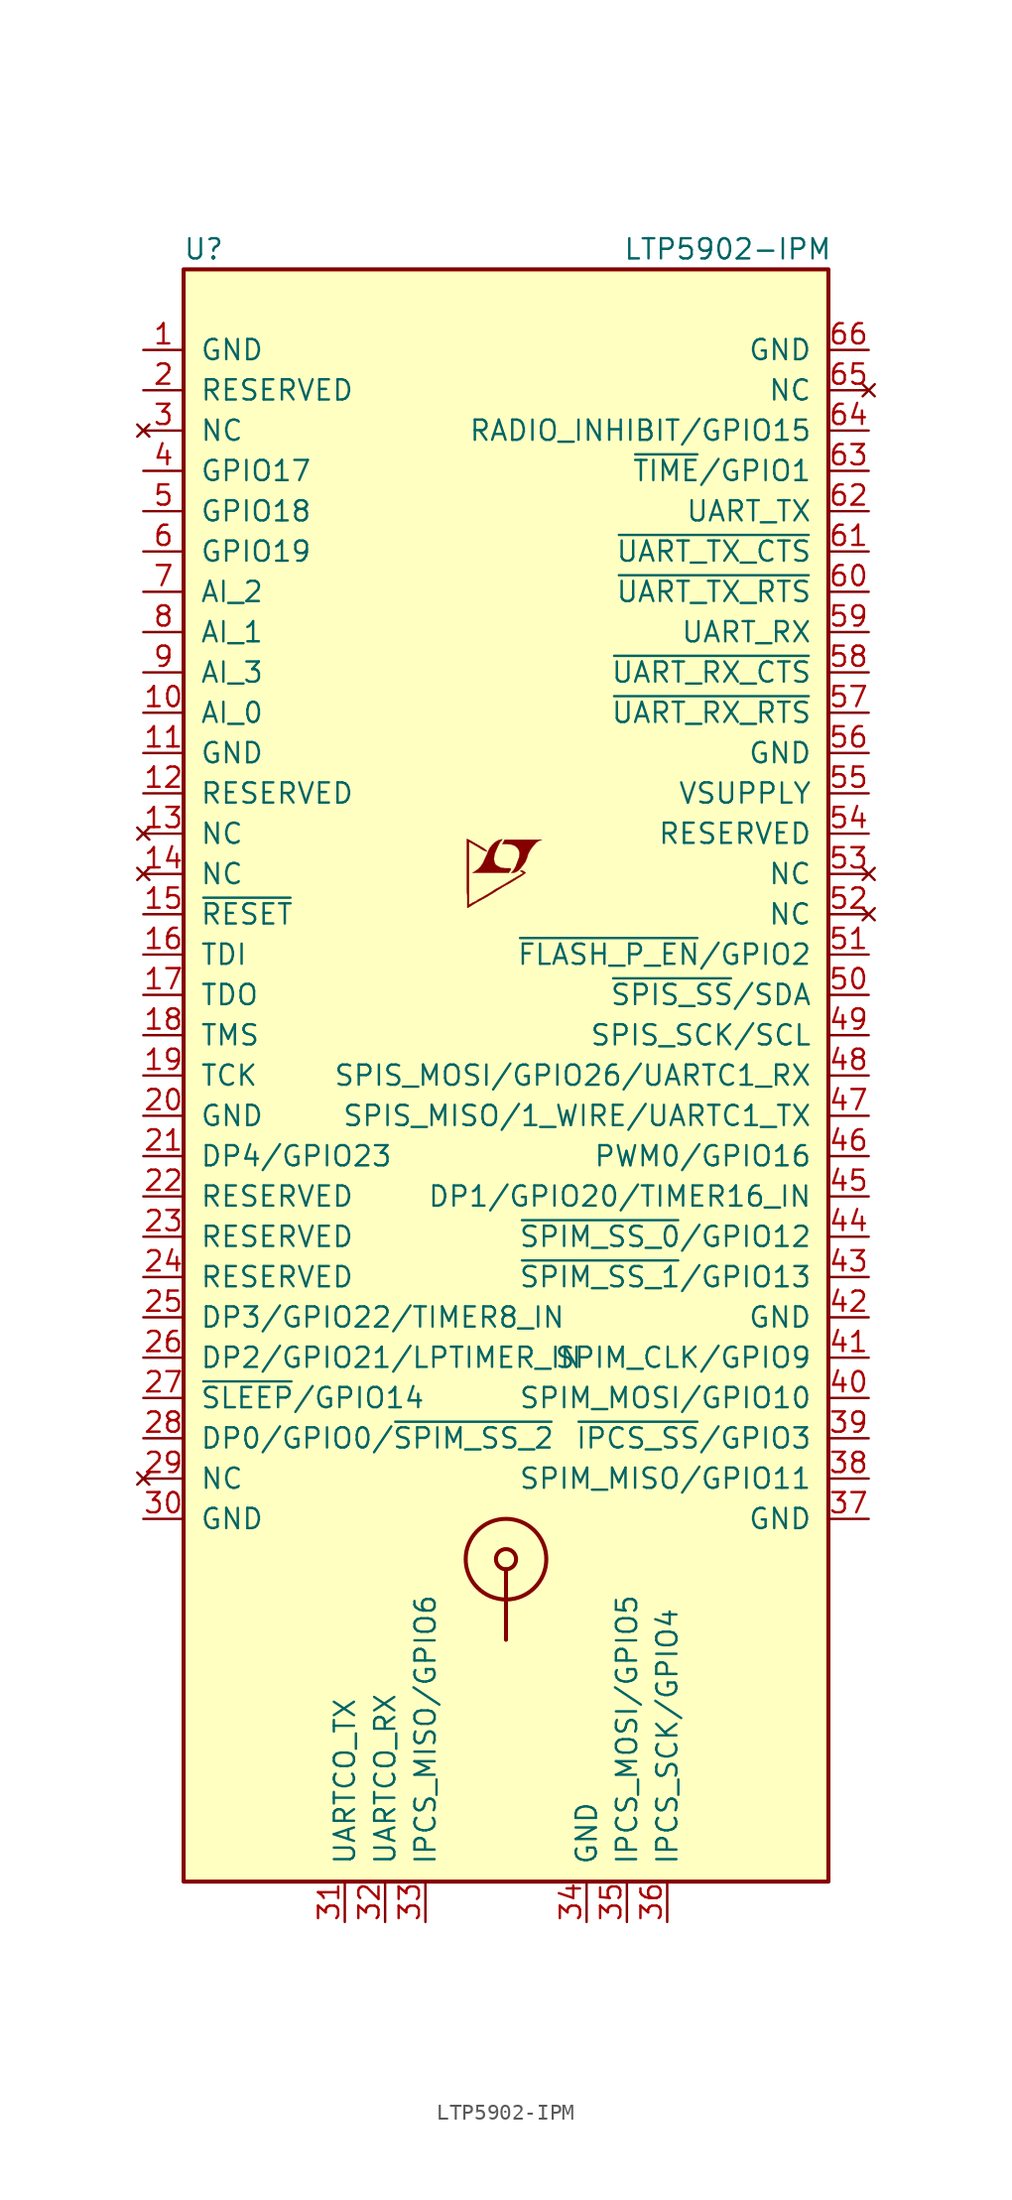
<source format=kicad_sym>
(kicad_symbol_lib
  (version 20201005)
  (generator kicad_symbol_editor)
  (symbol "LTP5902-IPM"
    (pin_names
      (offset 1.016))
    (property "Reference" "U"
      (at -19.05 52.07 0)
      (effects (font (size 1.27 1.27))))
    (property "Value" "LTP5902-IPM"
      (at 13.97 52.07 0)
      (effects (font (size 1.27 1.27))))
    (symbol "LTP5902-IPM_0_0"
      (polyline (pts (xy 0.584 12.802) (xy 0.762 12.903) (xy 0.914 13.056) (xy 1.219 13.462) (xy 1.321 13.716) (xy 1.397 13.97) (xy 1.549 14.249) (xy 1.727 14.478) (xy 1.905 14.681) (xy 2.108 14.808) (xy 2.261 14.859) (xy -0.076 14.859) (xy -0.152 14.732) (xy -0.152 14.707) (xy -0.203 14.63) (xy -0.229 14.605) (xy -0.178 14.58) (xy 0.102 14.58) (xy 0.356 14.554) (xy 0.559 14.478) (xy 0.711 14.351) (xy 0.813 14.199) (xy 0.864 14.021) (xy 0.838 13.792) (xy 0.838 13.767) (xy 0.61 13.157) (xy 0.508 12.979) (xy 0.406 12.852) (xy 0.33 12.776) (xy 0.432 12.776) (xy 0.584 12.802)) (stroke (width 0.025)) (fill (type outline)))
      (polyline (pts (xy 0.229 12.878) (xy 0.254 12.903) (xy 0.305 12.979) (xy 0.305 13.03) (xy 0.254 13.056) (xy -0.051 13.056) (xy -0.305 13.081) (xy -0.508 13.183) (xy -0.66 13.284) (xy -0.737 13.462) (xy -0.762 13.64) (xy -0.737 13.868) (xy -0.737 13.894) (xy -0.686 14.046) (xy -0.533 14.402) (xy -0.381 14.707) (xy -0.305 14.783) (xy -0.229 14.884) (xy -0.356 14.859) (xy -0.508 14.808) (xy -0.711 14.681) (xy -0.889 14.503) (xy -1.041 14.3) (xy -1.168 14.021) (xy -1.168 13.995) (xy -1.321 13.665) (xy -1.448 13.386) (xy -1.6 13.157) (xy -1.753 13.005) (xy -1.93 12.878) (xy -2.108 12.776) (xy 0.178 12.776) (xy 0.229 12.878)) (stroke (width 0.025)) (fill (type outline)))
      (polyline (pts (xy -2.362 10.592) (xy -2.286 10.643) (xy -2.159 10.719) (xy -2.083 10.77) (xy -1.829 10.922) (xy -1.27 11.227) (xy -0.762 11.532) (xy -0.533 11.684) (xy -0.356 11.786) (xy -0.203 11.887) (xy -0.102 11.938) (xy -0.025 11.989) (xy 0.127 12.065) (xy 0.305 12.167) (xy 0.711 12.421) (xy 0.889 12.522) (xy 1.041 12.624) (xy 1.143 12.7) (xy 1.219 12.751) (xy 1.245 12.776) (xy 1.092 12.878) (xy 0.94 12.929) (xy 0.914 12.903) (xy 0.914 12.878) (xy 0.991 12.827) (xy 1.092 12.751) (xy 0.178 12.217) (xy -0.025 12.09) (xy -0.33 11.913) (xy -0.66 11.735) (xy -0.965 11.532) (xy -1.27 11.354) (xy -1.524 11.201) (xy -1.727 11.1) (xy -1.905 10.973) (xy -2.083 10.897) (xy -2.21 10.82) (xy -2.311 10.77) (xy -2.337 10.744) (xy -2.337 14.732) (xy -1.803 14.427) (xy -1.676 14.351) (xy -1.524 14.249) (xy -1.372 14.173) (xy -1.295 14.148) (xy -1.245 14.122) (xy -1.219 14.122) (xy -1.219 14.173) (xy -1.295 14.224) (xy -1.422 14.326) (xy -1.6 14.427) (xy -1.727 14.503) (xy -2.083 14.707) (xy -2.21 14.783) (xy -2.464 14.91) (xy -2.464 11.633) (xy -2.438 11.328) (xy -2.438 10.566) (xy -2.413 10.566) (xy -2.362 10.592)) (stroke (width 0.025)) (fill (type outline))))
    (symbol "LTP5902-IPM_0_1"
      (circle (center 0 -30.48) (radius 0.635) (stroke (width 0.254)) (fill (type none)))
      (circle (center 0 -30.48) (radius 2.54) (stroke (width 0.254)) (fill (type none)))
      (rectangle (start -20.32 -50.8) (end 20.32 50.8) (stroke (width 0.254)) (fill (type background)))
      (polyline (pts (xy 0 -31.115) (xy 0 -35.56)) (stroke (width 0.254)) (fill (type none))))
    (symbol "LTP5902-IPM_1_1"
      (pin power_in line (at -22.86 45.72 0) (length 2.54) (name "GND" (effects (font (size 1.27 1.27)))) (number "1" (effects (font (size 1.27 1.27)))))
      (pin passive line (at -22.86 22.86 0) (length 2.54) (name "AI_0" (effects (font (size 1.27 1.27)))) (number "10" (effects (font (size 1.27 1.27)))))
      (pin power_in line (at -22.86 20.32 0) (length 2.54) (name "GND" (effects (font (size 1.27 1.27)))) (number "11" (effects (font (size 1.27 1.27)))))
      (pin passive line (at -22.86 17.78 0) (length 2.54) (name "RESERVED" (effects (font (size 1.27 1.27)))) (number "12" (effects (font (size 1.27 1.27)))))
      (pin unconnected line (at -22.86 15.24 0) (length 2.54) (name "NC" (effects (font (size 1.27 1.27)))) (number "13" (effects (font (size 1.27 1.27)))))
      (pin unconnected line (at -22.86 12.7 0) (length 2.54) (name "NC" (effects (font (size 1.27 1.27)))) (number "14" (effects (font (size 1.27 1.27)))))
      (pin input line (at -22.86 10.16 0) (length 2.54) (name "~RESET~" (effects (font (size 1.27 1.27)))) (number "15" (effects (font (size 1.27 1.27)))))
      (pin input line (at -22.86 7.62 0) (length 2.54) (name "TDI" (effects (font (size 1.27 1.27)))) (number "16" (effects (font (size 1.27 1.27)))))
      (pin output line (at -22.86 5.08 0) (length 2.54) (name "TDO" (effects (font (size 1.27 1.27)))) (number "17" (effects (font (size 1.27 1.27)))))
      (pin input line (at -22.86 2.54 0) (length 2.54) (name "TMS" (effects (font (size 1.27 1.27)))) (number "18" (effects (font (size 1.27 1.27)))))
      (pin input line (at -22.86 0 0) (length 2.54) (name "TCK" (effects (font (size 1.27 1.27)))) (number "19" (effects (font (size 1.27 1.27)))))
      (pin passive line (at -22.86 43.18 0) (length 2.54) (name "RESERVED" (effects (font (size 1.27 1.27)))) (number "2" (effects (font (size 1.27 1.27)))))
      (pin power_in line (at -22.86 -2.54 0) (length 2.54) (name "GND" (effects (font (size 1.27 1.27)))) (number "20" (effects (font (size 1.27 1.27)))))
      (pin passive line (at -22.86 -5.08 0) (length 2.54) (name "DP4/GPIO23" (effects (font (size 1.27 1.27)))) (number "21" (effects (font (size 1.27 1.27)))))
      (pin passive line (at -22.86 -7.62 0) (length 2.54) (name "RESERVED" (effects (font (size 1.27 1.27)))) (number "22" (effects (font (size 1.27 1.27)))))
      (pin passive line (at -22.86 -10.16 0) (length 2.54) (name "RESERVED" (effects (font (size 1.27 1.27)))) (number "23" (effects (font (size 1.27 1.27)))))
      (pin passive line (at -22.86 -12.7 0) (length 2.54) (name "RESERVED" (effects (font (size 1.27 1.27)))) (number "24" (effects (font (size 1.27 1.27)))))
      (pin passive line (at -22.86 -15.24 0) (length 2.54) (name "DP3/GPIO22/TIMER8_IN" (effects (font (size 1.27 1.27)))) (number "25" (effects (font (size 1.27 1.27)))))
      (pin passive line (at -22.86 -17.78 0) (length 2.54) (name "DP2/GPIO21/LPTIMER_IN" (effects (font (size 1.27 1.27)))) (number "26" (effects (font (size 1.27 1.27)))))
      (pin passive line (at -22.86 -20.32 0) (length 2.54) (name "~SLEEP~/GPIO14" (effects (font (size 1.27 1.27)))) (number "27" (effects (font (size 1.27 1.27)))))
      (pin passive line (at -22.86 -22.86 0) (length 2.54) (name "DP0/GPIO0/~SPIM_SS_2~" (effects (font (size 1.27 1.27)))) (number "28" (effects (font (size 1.27 1.27)))))
      (pin unconnected line (at -22.86 -25.4 0) (length 2.54) (name "NC" (effects (font (size 1.27 1.27)))) (number "29" (effects (font (size 1.27 1.27)))))
      (pin unconnected line (at -22.86 40.64 0) (length 2.54) (name "NC" (effects (font (size 1.27 1.27)))) (number "3" (effects (font (size 1.27 1.27)))))
      (pin power_in line (at -22.86 -27.94 0) (length 2.54) (name "GND" (effects (font (size 1.27 1.27)))) (number "30" (effects (font (size 1.27 1.27)))))
      (pin output line (at -10.16 -53.34 90) (length 2.54) (name "UARTCO_TX" (effects (font (size 1.27 1.27)))) (number "31" (effects (font (size 1.27 1.27)))))
      (pin input line (at -7.62 -53.34 90) (length 2.54) (name "UARTCO_RX" (effects (font (size 1.27 1.27)))) (number "32" (effects (font (size 1.27 1.27)))))
      (pin passive line (at -5.08 -53.34 90) (length 2.54) (name "IPCS_MISO/GPIO6" (effects (font (size 1.27 1.27)))) (number "33" (effects (font (size 1.27 1.27)))))
      (pin power_in line (at 5.08 -53.34 90) (length 2.54) (name "GND" (effects (font (size 1.27 1.27)))) (number "34" (effects (font (size 1.27 1.27)))))
      (pin passive line (at 7.62 -53.34 90) (length 2.54) (name "IPCS_MOSI/GPIO5" (effects (font (size 1.27 1.27)))) (number "35" (effects (font (size 1.27 1.27)))))
      (pin passive line (at 10.16 -53.34 90) (length 2.54) (name "IPCS_SCK/GPIO4" (effects (font (size 1.27 1.27)))) (number "36" (effects (font (size 1.27 1.27)))))
      (pin power_in line (at 22.86 -27.94 180) (length 2.54) (name "GND" (effects (font (size 1.27 1.27)))) (number "37" (effects (font (size 1.27 1.27)))))
      (pin passive line (at 22.86 -25.4 180) (length 2.54) (name "SPIM_MISO/GPIO11" (effects (font (size 1.27 1.27)))) (number "38" (effects (font (size 1.27 1.27)))))
      (pin passive line (at 22.86 -22.86 180) (length 2.54) (name "~IPCS_SS~/GPIO3" (effects (font (size 1.27 1.27)))) (number "39" (effects (font (size 1.27 1.27)))))
      (pin passive line (at -22.86 38.1 0) (length 2.54) (name "GPIO17" (effects (font (size 1.27 1.27)))) (number "4" (effects (font (size 1.27 1.27)))))
      (pin passive line (at 22.86 -20.32 180) (length 2.54) (name "SPIM_MOSI/GPIO10" (effects (font (size 1.27 1.27)))) (number "40" (effects (font (size 1.27 1.27)))))
      (pin passive line (at 22.86 -17.78 180) (length 2.54) (name "SPIM_CLK/GPIO9" (effects (font (size 1.27 1.27)))) (number "41" (effects (font (size 1.27 1.27)))))
      (pin power_in line (at 22.86 -15.24 180) (length 2.54) (name "GND" (effects (font (size 1.27 1.27)))) (number "42" (effects (font (size 1.27 1.27)))))
      (pin passive line (at 22.86 -12.7 180) (length 2.54) (name "~SPIM_SS_1~/GPIO13" (effects (font (size 1.27 1.27)))) (number "43" (effects (font (size 1.27 1.27)))))
      (pin passive line (at 22.86 -10.16 180) (length 2.54) (name "~SPIM_SS_0~/GPIO12" (effects (font (size 1.27 1.27)))) (number "44" (effects (font (size 1.27 1.27)))))
      (pin passive line (at 22.86 -7.62 180) (length 2.54) (name "DP1/GPIO20/TIMER16_IN" (effects (font (size 1.27 1.27)))) (number "45" (effects (font (size 1.27 1.27)))))
      (pin passive line (at 22.86 -5.08 180) (length 2.54) (name "PWM0/GPIO16" (effects (font (size 1.27 1.27)))) (number "46" (effects (font (size 1.27 1.27)))))
      (pin passive line (at 22.86 -2.54 180) (length 2.54) (name "SPIS_MISO/1_WIRE/UARTC1_TX" (effects (font (size 1.27 1.27)))) (number "47" (effects (font (size 1.27 1.27)))))
      (pin passive line (at 22.86 0 180) (length 2.54) (name "SPIS_MOSI/GPIO26/UARTC1_RX" (effects (font (size 1.27 1.27)))) (number "48" (effects (font (size 1.27 1.27)))))
      (pin passive line (at 22.86 2.54 180) (length 2.54) (name "SPIS_SCK/SCL" (effects (font (size 1.27 1.27)))) (number "49" (effects (font (size 1.27 1.27)))))
      (pin passive line (at -22.86 35.56 0) (length 2.54) (name "GPIO18" (effects (font (size 1.27 1.27)))) (number "5" (effects (font (size 1.27 1.27)))))
      (pin passive line (at 22.86 5.08 180) (length 2.54) (name "~SPIS_SS~/SDA" (effects (font (size 1.27 1.27)))) (number "50" (effects (font (size 1.27 1.27)))))
      (pin passive line (at 22.86 7.62 180) (length 2.54) (name "~FLASH_P_EN~/GPIO2" (effects (font (size 1.27 1.27)))) (number "51" (effects (font (size 1.27 1.27)))))
      (pin unconnected line (at 22.86 10.16 180) (length 2.54) (name "NC" (effects (font (size 1.27 1.27)))) (number "52" (effects (font (size 1.27 1.27)))))
      (pin unconnected line (at 22.86 12.7 180) (length 2.54) (name "NC" (effects (font (size 1.27 1.27)))) (number "53" (effects (font (size 1.27 1.27)))))
      (pin passive line (at 22.86 15.24 180) (length 2.54) (name "RESERVED" (effects (font (size 1.27 1.27)))) (number "54" (effects (font (size 1.27 1.27)))))
      (pin power_in line (at 22.86 17.78 180) (length 2.54) (name "VSUPPLY" (effects (font (size 1.27 1.27)))) (number "55" (effects (font (size 1.27 1.27)))))
      (pin power_in line (at 22.86 20.32 180) (length 2.54) (name "GND" (effects (font (size 1.27 1.27)))) (number "56" (effects (font (size 1.27 1.27)))))
      (pin input line (at 22.86 22.86 180) (length 2.54) (name "~UART_RX_RTS~" (effects (font (size 1.27 1.27)))) (number "57" (effects (font (size 1.27 1.27)))))
      (pin output line (at 22.86 25.4 180) (length 2.54) (name "~UART_RX_CTS~" (effects (font (size 1.27 1.27)))) (number "58" (effects (font (size 1.27 1.27)))))
      (pin input line (at 22.86 27.94 180) (length 2.54) (name "UART_RX" (effects (font (size 1.27 1.27)))) (number "59" (effects (font (size 1.27 1.27)))))
      (pin passive line (at -22.86 33.02 0) (length 2.54) (name "GPIO19" (effects (font (size 1.27 1.27)))) (number "6" (effects (font (size 1.27 1.27)))))
      (pin output line (at 22.86 30.48 180) (length 2.54) (name "~UART_TX_RTS~" (effects (font (size 1.27 1.27)))) (number "60" (effects (font (size 1.27 1.27)))))
      (pin input line (at 22.86 33.02 180) (length 2.54) (name "~UART_TX_CTS~" (effects (font (size 1.27 1.27)))) (number "61" (effects (font (size 1.27 1.27)))))
      (pin output line (at 22.86 35.56 180) (length 2.54) (name "UART_TX" (effects (font (size 1.27 1.27)))) (number "62" (effects (font (size 1.27 1.27)))))
      (pin passive line (at 22.86 38.1 180) (length 2.54) (name "~TIME~/GPIO1" (effects (font (size 1.27 1.27)))) (number "63" (effects (font (size 1.27 1.27)))))
      (pin passive line (at 22.86 40.64 180) (length 2.54) (name "RADIO_INHIBIT/GPIO15" (effects (font (size 1.27 1.27)))) (number "64" (effects (font (size 1.27 1.27)))))
      (pin unconnected line (at 22.86 43.18 180) (length 2.54) (name "NC" (effects (font (size 1.27 1.27)))) (number "65" (effects (font (size 1.27 1.27)))))
      (pin power_in line (at 22.86 45.72 180) (length 2.54) (name "GND" (effects (font (size 1.27 1.27)))) (number "66" (effects (font (size 1.27 1.27)))))
      (pin passive line (at -22.86 30.48 0) (length 2.54) (name "AI_2" (effects (font (size 1.27 1.27)))) (number "7" (effects (font (size 1.27 1.27)))))
      (pin passive line (at -22.86 27.94 0) (length 2.54) (name "AI_1" (effects (font (size 1.27 1.27)))) (number "8" (effects (font (size 1.27 1.27)))))
      (pin passive line (at -22.86 25.4 0) (length 2.54) (name "AI_3" (effects (font (size 1.27 1.27)))) (number "9" (effects (font (size 1.27 1.27))))))))
</source>
